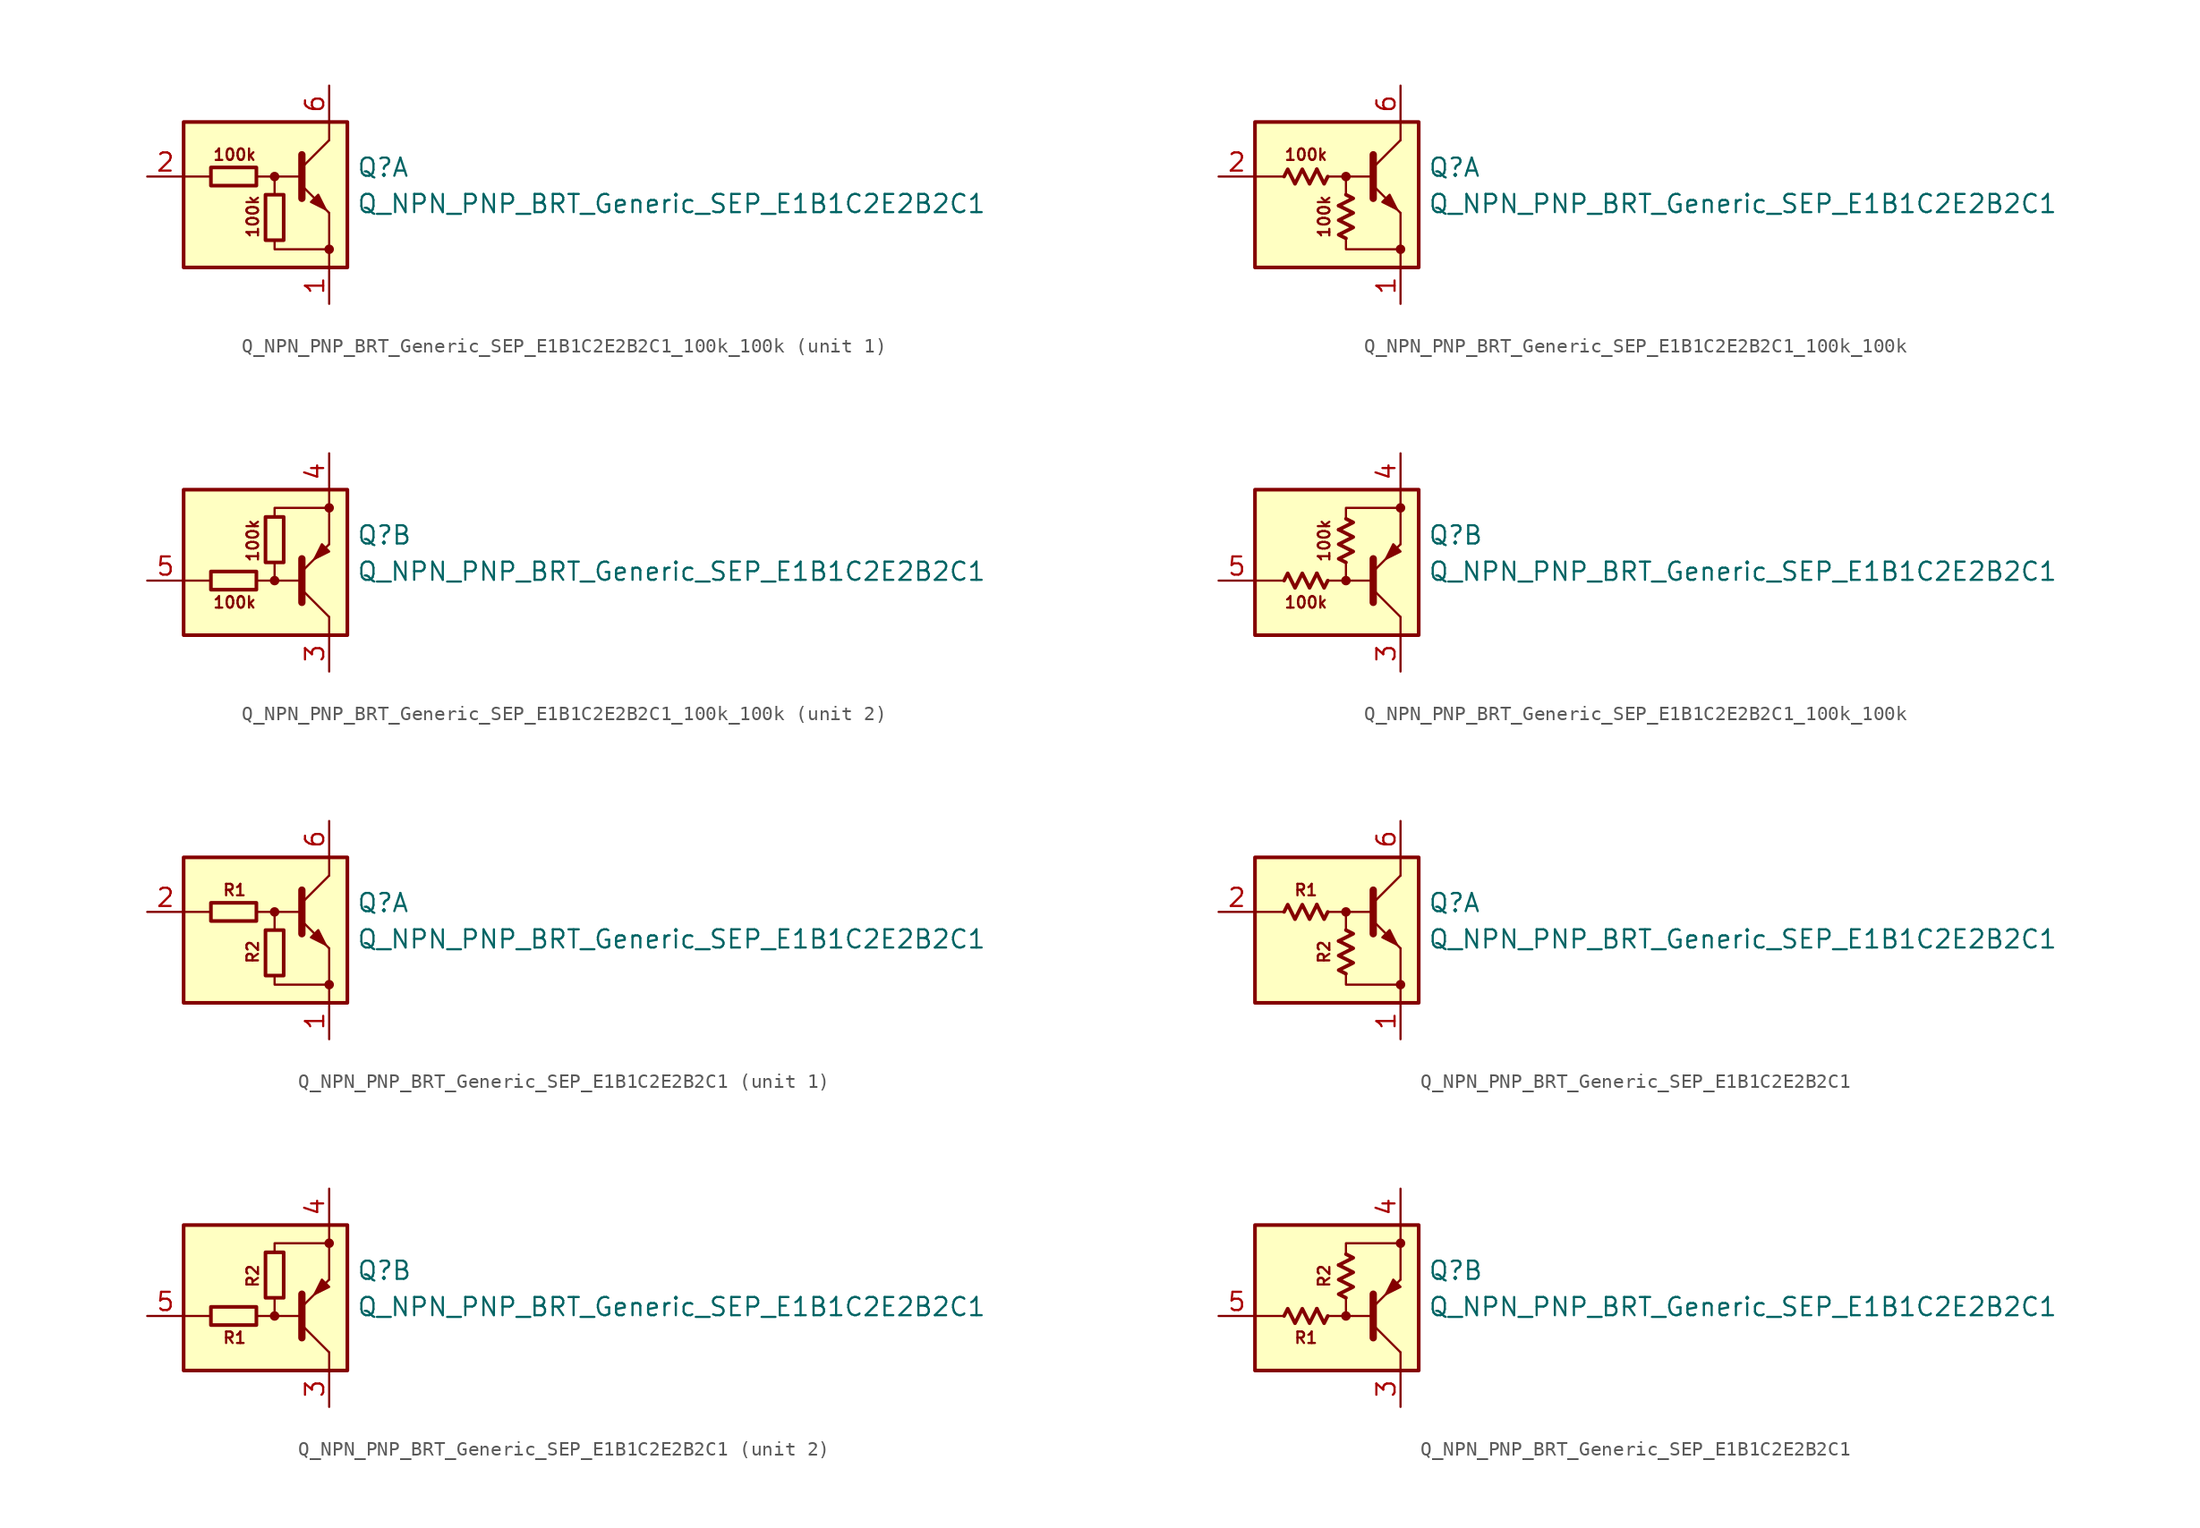
<source format=kicad_sym>
(kicad_symbol_lib
  (version 20220914)
  (generator kicad_symbol_editor)
  (symbol "Q_NPN_PNP_BRT_Generic_SEP_E1B1C2E2B2C1_100k_100k"
    (pin_names
      (offset 1.016) hide)
    (property "Reference" "Q"
      (at 5.715 1.905 0)
      (effects (font (size 1.27 1.27)) (justify left)))
    (property "Value" "Q_NPN_PNP_BRT_Generic_SEP_E1B1C2E2B2C1"
      (at 5.715 -0.635 0)
      (effects (font (size 1.27 1.27)) (justify left)))
    (property "ki_locked" ""
      (at 0 0 0)
      (effects (font (size 1.27 1.27))))
    (symbol "Q_NPN_PNP_BRT_Generic_SEP_E1B1C2E2B2C1_100k_100k_1_0"
      (rectangle (start -6.35 5.08) (end 5.08 -5.08) (stroke (width 0.254) (type default)) (fill (type background)))
      (polyline (pts (xy -4.445 1.27) (xy -6.35 1.27)) (stroke (width 0) (type default)) (fill (type none)))
      (polyline (pts (xy -0.254 1.27) (xy 1.905 1.27)) (stroke (width 0) (type default)) (fill (type none)))
      (polyline (pts (xy 1.905 1.905) (xy 3.81 3.81)) (stroke (width 0) (type default)) (fill (type none)))
      (polyline (pts (xy 1.905 2.794) (xy 1.905 -0.254)) (stroke (width 0.508) (type default)) (fill (type none)))
      (polyline (pts (xy 3.81 -3.81) (xy 3.81 -5.08)) (stroke (width 0) (type default)) (fill (type none)))
      (polyline (pts (xy 3.81 -3.81) (xy 3.81 -1.27)) (stroke (width 0) (type default)) (fill (type none)))
      (polyline (pts (xy 3.81 3.81) (xy 3.81 5.08)) (stroke (width 0) (type default)) (fill (type none)))
      (polyline (pts (xy -1.27 1.27) (xy 0 1.27) (xy 0 0)) (stroke (width 0) (type default)) (fill (type none)))
      (polyline (pts (xy 0 -3.175) (xy 0 -3.81) (xy 3.81 -3.81)) (stroke (width 0) (type default)) (fill (type none)))
      (polyline (pts (xy 1.905 0.635) (xy 3.81 -1.27) (xy 3.81 -1.27)) (stroke (width 0) (type default)) (fill (type none)))
      (polyline (pts (xy 2.54 -0.508) (xy 3.048 0) (xy 3.556 -1.016) (xy 2.54 -0.508) (xy 2.54 -0.508)) (stroke (width 0) (type default)) (fill (type outline)))
      (circle (center 0 1.27) (radius 0.254) (stroke (width 0) (type default)) (fill (type outline)))
      (circle (center 3.81 -3.81) (radius 0.254) (stroke (width 0) (type default)) (fill (type outline)))
      (text "100k" (at -2.794 2.794 0) (effects (font (size 0.8 0.8))))
      (text "100k" (at -1.524 -1.524 900) (effects (font (size 0.8 0.8)))))
    (symbol "Q_NPN_PNP_BRT_Generic_SEP_E1B1C2E2B2C1_100k_100k_1_1"
      (rectangle (start -4.445 1.905) (end -1.27 0.635) (stroke (width 0.254) (type default)) (fill (type none)))
      (rectangle (start -0.635 0) (end 0.635 -3.175) (stroke (width 0.254) (type default)) (fill (type none)))
      (pin passive line (at 3.81 -7.62 90) (length 2.54) (name "E1" (effects (font (size 1.27 1.27)))) (number "1" (effects (font (size 1.27 1.27)))))
      (pin input line (at -8.89 1.27 0) (length 2.54) (name "B1" (effects (font (size 1.27 1.27)))) (number "2" (effects (font (size 1.27 1.27)))))
      (pin passive line (at 3.81 7.62 270) (length 2.54) (name "C1" (effects (font (size 1.27 1.27)))) (number "6" (effects (font (size 1.27 1.27))))))
    (symbol "Q_NPN_PNP_BRT_Generic_SEP_E1B1C2E2B2C1_100k_100k_1_2"
      (polyline (pts (xy -2.032 1.778) (xy -1.524 0.762) (xy -1.27 1.27)) (stroke (width 0.254) (type default)) (fill (type none)))
      (polyline (pts (xy -0.508 -0.762) (xy 0.508 -0.254) (xy 0 0)) (stroke (width 0.254) (type default)) (fill (type none)))
      (polyline (pts (xy -4.318 1.27) (xy -4.064 1.778) (xy -3.556 0.762) (xy -3.048 1.778) (xy -2.54 0.762) (xy -2.032 1.778)) (stroke (width 0.254) (type default)) (fill (type none)))
      (polyline (pts (xy 0 -3.048) (xy -0.508 -2.794) (xy 0.508 -2.286) (xy -0.508 -1.778) (xy 0.508 -1.27) (xy -0.508 -0.762)) (stroke (width 0.254) (type default)) (fill (type none)))
      (pin passive line (at 3.81 -7.62 90) (length 2.54) (name "E1" (effects (font (size 1.27 1.27)))) (number "1" (effects (font (size 1.27 1.27)))))
      (pin input line (at -8.89 1.27 0) (length 2.54) (name "B1" (effects (font (size 1.27 1.27)))) (number "2" (effects (font (size 1.27 1.27)))))
      (pin passive line (at 3.81 7.62 270) (length 2.54) (name "C1" (effects (font (size 1.27 1.27)))) (number "6" (effects (font (size 1.27 1.27))))))
    (symbol "Q_NPN_PNP_BRT_Generic_SEP_E1B1C2E2B2C1_100k_100k_2_0"
      (rectangle (start -6.35 5.08) (end 5.08 -5.08) (stroke (width 0.254) (type default)) (fill (type background)))
      (circle (center 0 -1.27) (radius 0.254) (stroke (width 0) (type default)) (fill (type outline)))
      (polyline (pts (xy -4.445 -1.27) (xy -6.35 -1.27)) (stroke (width 0) (type default)) (fill (type none)))
      (polyline (pts (xy -0.254 -1.27) (xy 1.905 -1.27)) (stroke (width 0) (type default)) (fill (type none)))
      (polyline (pts (xy 1.905 -2.794) (xy 1.905 0.254)) (stroke (width 0.508) (type default)) (fill (type none)))
      (polyline (pts (xy 1.905 -1.905) (xy 3.81 -3.81)) (stroke (width 0) (type default)) (fill (type none)))
      (polyline (pts (xy 3.81 -3.81) (xy 3.81 -5.08)) (stroke (width 0) (type default)) (fill (type none)))
      (polyline (pts (xy 3.81 3.81) (xy 3.81 1.27)) (stroke (width 0) (type default)) (fill (type none)))
      (polyline (pts (xy 3.81 3.81) (xy 3.81 5.08)) (stroke (width 0) (type default)) (fill (type none)))
      (polyline (pts (xy -1.27 -1.27) (xy 0 -1.27) (xy 0 0)) (stroke (width 0) (type default)) (fill (type none)))
      (polyline (pts (xy 0 3.175) (xy 0 3.81) (xy 3.81 3.81)) (stroke (width 0) (type default)) (fill (type none)))
      (polyline (pts (xy 1.905 -0.635) (xy 3.81 1.27) (xy 3.81 1.27)) (stroke (width 0) (type default)) (fill (type none)))
      (polyline (pts (xy 3.81 0.762) (xy 3.302 1.27) (xy 2.794 0.254) (xy 3.81 0.762) (xy 3.81 0.762)) (stroke (width 0) (type default)) (fill (type outline)))
      (circle (center 3.81 3.81) (radius 0.254) (stroke (width 0) (type default)) (fill (type outline)))
      (text "100k" (at -2.794 -2.794 0) (effects (font (size 0.8 0.8))))
      (text "100k" (at -1.524 1.524 900) (effects (font (size 0.8 0.8)))))
    (symbol "Q_NPN_PNP_BRT_Generic_SEP_E1B1C2E2B2C1_100k_100k_2_1"
      (rectangle (start -1.27 -0.635) (end -4.445 -1.905) (stroke (width 0.254) (type default)) (fill (type none)))
      (rectangle (start 0.635 3.175) (end -0.635 0) (stroke (width 0.254) (type default)) (fill (type none)))
      (pin passive line (at 3.81 -7.62 90) (length 2.54) (name "C2" (effects (font (size 1.27 1.27)))) (number "3" (effects (font (size 1.27 1.27)))))
      (pin passive line (at 3.81 7.62 270) (length 2.54) (name "E2" (effects (font (size 1.27 1.27)))) (number "4" (effects (font (size 1.27 1.27)))))
      (pin input line (at -8.89 -1.27 0) (length 2.54) (name "B2" (effects (font (size 1.27 1.27)))) (number "5" (effects (font (size 1.27 1.27))))))
    (symbol "Q_NPN_PNP_BRT_Generic_SEP_E1B1C2E2B2C1_100k_100k_2_2"
      (polyline (pts (xy -2.032 -0.762) (xy -1.524 -1.778) (xy -1.27 -1.27)) (stroke (width 0.254) (type default)) (fill (type none)))
      (polyline (pts (xy -0.508 2.286) (xy 0.508 2.794) (xy 0 3.048)) (stroke (width 0.254) (type default)) (fill (type none)))
      (polyline (pts (xy -4.318 -1.27) (xy -4.064 -0.762) (xy -3.556 -1.778) (xy -3.048 -0.762) (xy -2.54 -1.778) (xy -2.032 -0.762)) (stroke (width 0.254) (type default)) (fill (type none)))
      (polyline (pts (xy 0 0) (xy -0.508 0.254) (xy 0.508 0.762) (xy -0.508 1.27) (xy 0.508 1.778) (xy -0.508 2.286)) (stroke (width 0.254) (type default)) (fill (type none)))
      (pin passive line (at 3.81 -7.62 90) (length 2.54) (name "C2" (effects (font (size 1.27 1.27)))) (number "3" (effects (font (size 1.27 1.27)))))
      (pin passive line (at 3.81 7.62 270) (length 2.54) (name "E2" (effects (font (size 1.27 1.27)))) (number "4" (effects (font (size 1.27 1.27)))))
      (pin input line (at -8.89 -1.27 0) (length 2.54) (name "B2" (effects (font (size 1.27 1.27)))) (number "5" (effects (font (size 1.27 1.27)))))))
  (symbol "Q_NPN_PNP_BRT_Generic_SEP_E1B1C2E2B2C1"
    (pin_names
      (offset 1.016) hide)
    (property "Reference" "Q"
      (at 5.715 1.905 0)
      (effects (font (size 1.27 1.27)) (justify left)))
    (property "Value" "Q_NPN_PNP_BRT_Generic_SEP_E1B1C2E2B2C1"
      (at 5.715 -0.635 0)
      (effects (font (size 1.27 1.27)) (justify left)))
    (property "ki_locked" ""
      (at 0 0 0)
      (effects (font (size 1.27 1.27))))
    (symbol "Q_NPN_PNP_BRT_Generic_SEP_E1B1C2E2B2C1_1_0"
      (rectangle (start -6.35 5.08) (end 5.08 -5.08) (stroke (width 0.254) (type default)) (fill (type background)))
      (polyline (pts (xy -4.445 1.27) (xy -6.35 1.27)) (stroke (width 0) (type default)) (fill (type none)))
      (polyline (pts (xy -0.254 1.27) (xy 1.905 1.27)) (stroke (width 0) (type default)) (fill (type none)))
      (polyline (pts (xy 1.905 1.905) (xy 3.81 3.81)) (stroke (width 0) (type default)) (fill (type none)))
      (polyline (pts (xy 1.905 2.794) (xy 1.905 -0.254)) (stroke (width 0.508) (type default)) (fill (type none)))
      (polyline (pts (xy 3.81 -3.81) (xy 3.81 -5.08)) (stroke (width 0) (type default)) (fill (type none)))
      (polyline (pts (xy 3.81 -3.81) (xy 3.81 -1.27)) (stroke (width 0) (type default)) (fill (type none)))
      (polyline (pts (xy 3.81 3.81) (xy 3.81 5.08)) (stroke (width 0) (type default)) (fill (type none)))
      (polyline (pts (xy -1.27 1.27) (xy 0 1.27) (xy 0 0)) (stroke (width 0) (type default)) (fill (type none)))
      (polyline (pts (xy 0 -3.175) (xy 0 -3.81) (xy 3.81 -3.81)) (stroke (width 0) (type default)) (fill (type none)))
      (polyline (pts (xy 1.905 0.635) (xy 3.81 -1.27) (xy 3.81 -1.27)) (stroke (width 0) (type default)) (fill (type none)))
      (polyline (pts (xy 2.54 -0.508) (xy 3.048 0) (xy 3.556 -1.016) (xy 2.54 -0.508) (xy 2.54 -0.508)) (stroke (width 0) (type default)) (fill (type outline)))
      (circle (center 0 1.27) (radius 0.254) (stroke (width 0) (type default)) (fill (type outline)))
      (circle (center 3.81 -3.81) (radius 0.254) (stroke (width 0) (type default)) (fill (type outline)))
      (text "R1" (at -2.794 2.794 0) (effects (font (size 0.8 0.8))))
      (text "R2" (at -1.524 -1.524 900) (effects (font (size 0.8 0.8)))))
    (symbol "Q_NPN_PNP_BRT_Generic_SEP_E1B1C2E2B2C1_1_1"
      (rectangle (start -4.445 1.905) (end -1.27 0.635) (stroke (width 0.254) (type default)) (fill (type none)))
      (rectangle (start -0.635 0) (end 0.635 -3.175) (stroke (width 0.254) (type default)) (fill (type none)))
      (pin passive line (at 3.81 -7.62 90) (length 2.54) (name "E1" (effects (font (size 1.27 1.27)))) (number "1" (effects (font (size 1.27 1.27)))))
      (pin input line (at -8.89 1.27 0) (length 2.54) (name "B1" (effects (font (size 1.27 1.27)))) (number "2" (effects (font (size 1.27 1.27)))))
      (pin passive line (at 3.81 7.62 270) (length 2.54) (name "C1" (effects (font (size 1.27 1.27)))) (number "6" (effects (font (size 1.27 1.27))))))
    (symbol "Q_NPN_PNP_BRT_Generic_SEP_E1B1C2E2B2C1_1_2"
      (polyline (pts (xy -2.032 1.778) (xy -1.524 0.762) (xy -1.27 1.27)) (stroke (width 0.254) (type default)) (fill (type none)))
      (polyline (pts (xy -0.508 -0.762) (xy 0.508 -0.254) (xy 0 0)) (stroke (width 0.254) (type default)) (fill (type none)))
      (polyline (pts (xy -4.318 1.27) (xy -4.064 1.778) (xy -3.556 0.762) (xy -3.048 1.778) (xy -2.54 0.762) (xy -2.032 1.778)) (stroke (width 0.254) (type default)) (fill (type none)))
      (polyline (pts (xy 0 -3.048) (xy -0.508 -2.794) (xy 0.508 -2.286) (xy -0.508 -1.778) (xy 0.508 -1.27) (xy -0.508 -0.762)) (stroke (width 0.254) (type default)) (fill (type none)))
      (pin passive line (at 3.81 -7.62 90) (length 2.54) (name "E1" (effects (font (size 1.27 1.27)))) (number "1" (effects (font (size 1.27 1.27)))))
      (pin input line (at -8.89 1.27 0) (length 2.54) (name "B1" (effects (font (size 1.27 1.27)))) (number "2" (effects (font (size 1.27 1.27)))))
      (pin passive line (at 3.81 7.62 270) (length 2.54) (name "C1" (effects (font (size 1.27 1.27)))) (number "6" (effects (font (size 1.27 1.27))))))
    (symbol "Q_NPN_PNP_BRT_Generic_SEP_E1B1C2E2B2C1_2_0"
      (rectangle (start -6.35 5.08) (end 5.08 -5.08) (stroke (width 0.254) (type default)) (fill (type background)))
      (circle (center 0 -1.27) (radius 0.254) (stroke (width 0) (type default)) (fill (type outline)))
      (polyline (pts (xy -4.445 -1.27) (xy -6.35 -1.27)) (stroke (width 0) (type default)) (fill (type none)))
      (polyline (pts (xy -0.254 -1.27) (xy 1.905 -1.27)) (stroke (width 0) (type default)) (fill (type none)))
      (polyline (pts (xy 1.905 -2.794) (xy 1.905 0.254)) (stroke (width 0.508) (type default)) (fill (type none)))
      (polyline (pts (xy 1.905 -1.905) (xy 3.81 -3.81)) (stroke (width 0) (type default)) (fill (type none)))
      (polyline (pts (xy 3.81 -3.81) (xy 3.81 -5.08)) (stroke (width 0) (type default)) (fill (type none)))
      (polyline (pts (xy 3.81 3.81) (xy 3.81 1.27)) (stroke (width 0) (type default)) (fill (type none)))
      (polyline (pts (xy 3.81 3.81) (xy 3.81 5.08)) (stroke (width 0) (type default)) (fill (type none)))
      (polyline (pts (xy -1.27 -1.27) (xy 0 -1.27) (xy 0 0)) (stroke (width 0) (type default)) (fill (type none)))
      (polyline (pts (xy 0 3.175) (xy 0 3.81) (xy 3.81 3.81)) (stroke (width 0) (type default)) (fill (type none)))
      (polyline (pts (xy 1.905 -0.635) (xy 3.81 1.27) (xy 3.81 1.27)) (stroke (width 0) (type default)) (fill (type none)))
      (polyline (pts (xy 3.81 0.762) (xy 3.302 1.27) (xy 2.794 0.254) (xy 3.81 0.762) (xy 3.81 0.762)) (stroke (width 0) (type default)) (fill (type outline)))
      (circle (center 3.81 3.81) (radius 0.254) (stroke (width 0) (type default)) (fill (type outline)))
      (text "R1" (at -2.794 -2.794 0) (effects (font (size 0.8 0.8))))
      (text "R2" (at -1.524 1.524 900) (effects (font (size 0.8 0.8)))))
    (symbol "Q_NPN_PNP_BRT_Generic_SEP_E1B1C2E2B2C1_2_1"
      (rectangle (start -1.27 -0.635) (end -4.445 -1.905) (stroke (width 0.254) (type default)) (fill (type none)))
      (rectangle (start 0.635 3.175) (end -0.635 0) (stroke (width 0.254) (type default)) (fill (type none)))
      (pin passive line (at 3.81 -7.62 90) (length 2.54) (name "C2" (effects (font (size 1.27 1.27)))) (number "3" (effects (font (size 1.27 1.27)))))
      (pin passive line (at 3.81 7.62 270) (length 2.54) (name "E2" (effects (font (size 1.27 1.27)))) (number "4" (effects (font (size 1.27 1.27)))))
      (pin input line (at -8.89 -1.27 0) (length 2.54) (name "B2" (effects (font (size 1.27 1.27)))) (number "5" (effects (font (size 1.27 1.27))))))
    (symbol "Q_NPN_PNP_BRT_Generic_SEP_E1B1C2E2B2C1_2_2"
      (polyline (pts (xy -2.032 -0.762) (xy -1.524 -1.778) (xy -1.27 -1.27)) (stroke (width 0.254) (type default)) (fill (type none)))
      (polyline (pts (xy -0.508 2.286) (xy 0.508 2.794) (xy 0 3.048)) (stroke (width 0.254) (type default)) (fill (type none)))
      (polyline (pts (xy -4.318 -1.27) (xy -4.064 -0.762) (xy -3.556 -1.778) (xy -3.048 -0.762) (xy -2.54 -1.778) (xy -2.032 -0.762)) (stroke (width 0.254) (type default)) (fill (type none)))
      (polyline (pts (xy 0 0) (xy -0.508 0.254) (xy 0.508 0.762) (xy -0.508 1.27) (xy 0.508 1.778) (xy -0.508 2.286)) (stroke (width 0.254) (type default)) (fill (type none)))
      (pin passive line (at 3.81 -7.62 90) (length 2.54) (name "C2" (effects (font (size 1.27 1.27)))) (number "3" (effects (font (size 1.27 1.27)))))
      (pin passive line (at 3.81 7.62 270) (length 2.54) (name "E2" (effects (font (size 1.27 1.27)))) (number "4" (effects (font (size 1.27 1.27)))))
      (pin input line (at -8.89 -1.27 0) (length 2.54) (name "B2" (effects (font (size 1.27 1.27)))) (number "5" (effects (font (size 1.27 1.27))))))))
</source>
